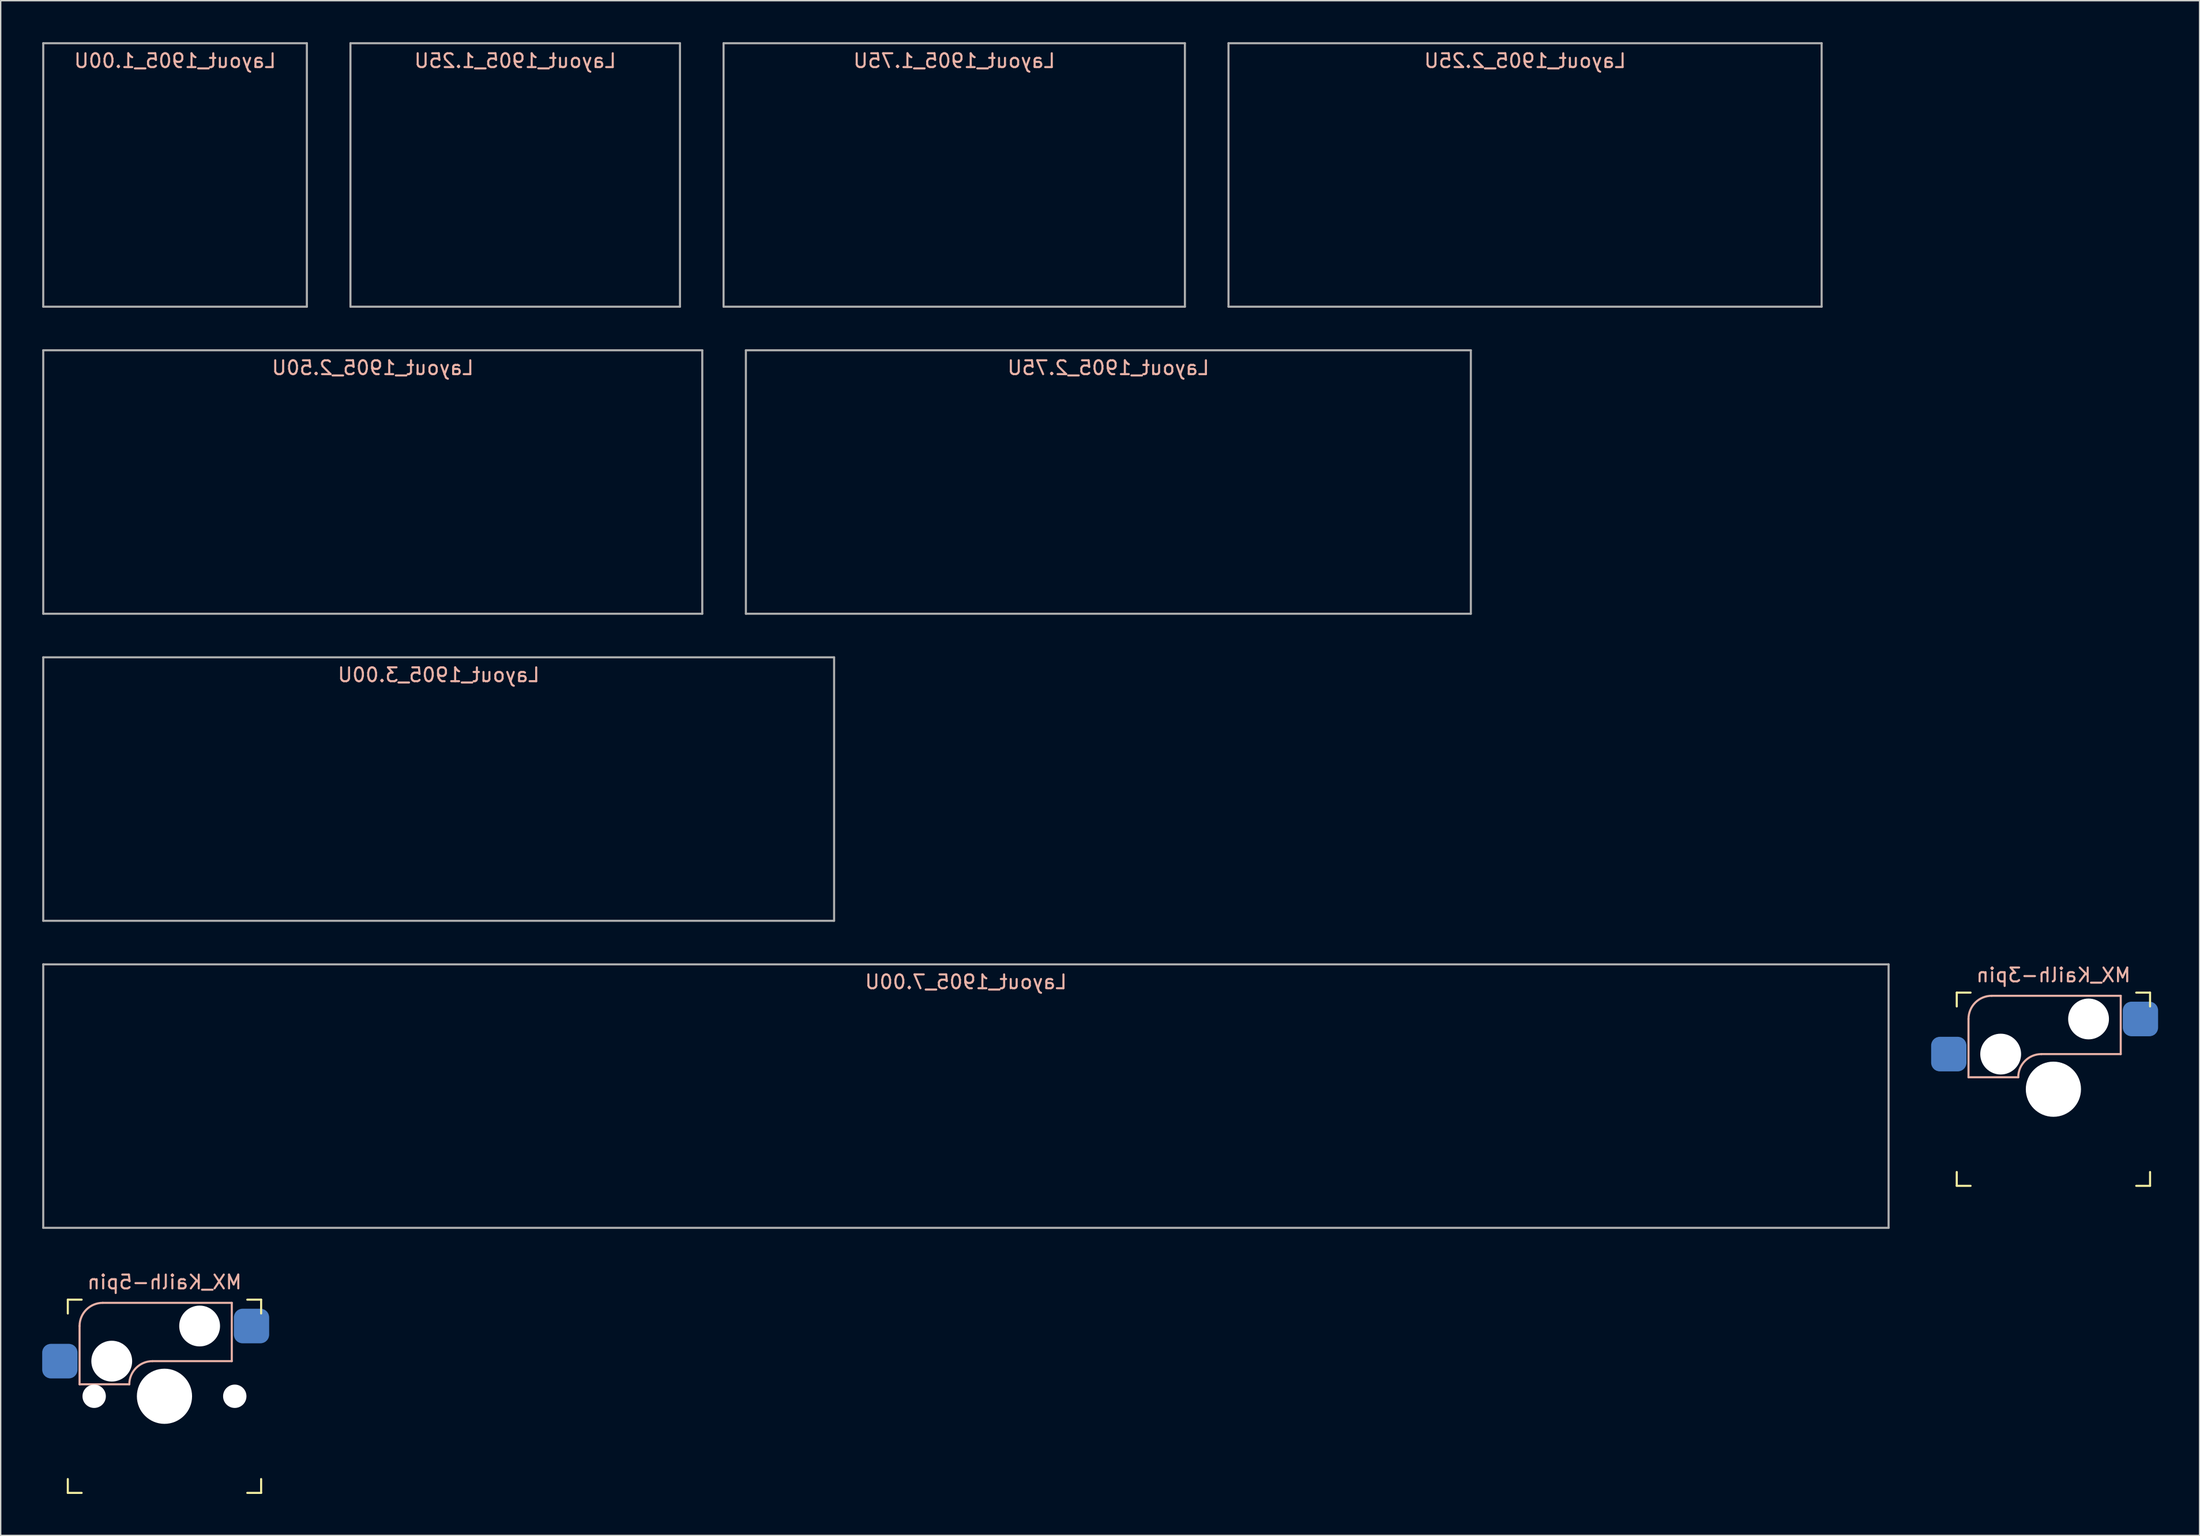
<source format=kicad_pcb>
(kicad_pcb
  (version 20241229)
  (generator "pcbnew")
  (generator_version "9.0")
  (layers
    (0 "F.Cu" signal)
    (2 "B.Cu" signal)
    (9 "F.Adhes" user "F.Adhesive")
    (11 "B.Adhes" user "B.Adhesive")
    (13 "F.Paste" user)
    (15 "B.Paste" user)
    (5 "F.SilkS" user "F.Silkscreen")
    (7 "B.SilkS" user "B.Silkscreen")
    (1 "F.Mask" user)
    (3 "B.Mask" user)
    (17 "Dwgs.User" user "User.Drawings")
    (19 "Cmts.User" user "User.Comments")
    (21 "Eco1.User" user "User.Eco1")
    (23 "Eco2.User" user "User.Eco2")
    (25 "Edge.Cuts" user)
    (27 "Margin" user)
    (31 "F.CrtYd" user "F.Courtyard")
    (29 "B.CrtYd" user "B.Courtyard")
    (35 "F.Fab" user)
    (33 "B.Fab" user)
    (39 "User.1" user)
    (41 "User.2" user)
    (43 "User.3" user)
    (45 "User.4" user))
  (footprint "MX_Kailh-5pin"
    (layer "F.Cu")
    (at 8.835 97.903)
    (property "Reference" "MX_Kailh-5pin" (at 0 -8.255 0) (layer "B.SilkS") (effects (font (size 1 1) (thickness 0.15)) (justify mirror)))
    (attr smd)
    (fp_line (start -6.985 -5.985) (end -6.985 -6.985) (stroke (width 0.15) (type solid)) (layer "F.SilkS"))
    (fp_line (start -6.985 6.985) (end -6.985 5.985) (stroke (width 0.15) (type solid)) (layer "F.SilkS"))
    (fp_line (start -6.985 6.985) (end -5.985 6.985) (stroke (width 0.15) (type solid)) (layer "F.SilkS"))
    (fp_line (start -5.985 -6.985) (end -6.985 -6.985) (stroke (width 0.15) (type solid)) (layer "F.SilkS"))
    (fp_line (start 5.985 6.985) (end 6.985 6.985) (stroke (width 0.15) (type solid)) (layer "F.SilkS"))
    (fp_line (start 6.985 -6.985) (end 5.985 -6.985) (stroke (width 0.15) (type solid)) (layer "F.SilkS"))
    (fp_line (start 6.985 -6.985) (end 6.985 -5.985) (stroke (width 0.15) (type solid)) (layer "F.SilkS"))
    (fp_line (start 6.985 5.985) (end 6.985 6.985) (stroke (width 0.15) (type solid)) (layer "F.SilkS"))
    (fp_line (start -6.135 -5.08) (end -6.135 -0.865) (stroke (width 0.15) (type solid)) (layer "B.SilkS"))
    (fp_line (start -6.135 -0.865) (end -2.54 -0.865) (stroke (width 0.15) (type solid)) (layer "B.SilkS"))
    (fp_line (start -4.46 -6.755) (end 4.865 -6.755) (stroke (width 0.15) (type solid)) (layer "B.SilkS"))
    (fp_line (start -0.865 -2.54) (end 4.865 -2.54) (stroke (width 0.15) (type solid)) (layer "B.SilkS"))
    (fp_line (start 4.865 -6.755) (end 4.865 -2.54) (stroke (width 0.15) (type solid)) (layer "B.SilkS"))
    (fp_arc (start -6.135 -5.08) (mid -5.644404 -6.264404) (end -4.46 -6.755) (stroke (width 0.15) (type solid)) (layer "B.SilkS"))
    (fp_arc (start -2.54 -0.865) (mid -2.049404 -2.049404) (end -0.865 -2.54) (stroke (width 0.15) (type solid)) (layer "B.SilkS"))
    (fp_line (start -6.985 6.985) (end -6.985 -6.985) (stroke (width 0.15) (type solid)) (layer "Eco2.User"))
    (fp_line (start -6.985 6.985) (end 6.985 6.985) (stroke (width 0.15) (type solid)) (layer "Eco2.User"))
    (fp_line (start 6.985 -6.985) (end -6.985 -6.985) (stroke (width 0.15) (type solid)) (layer "Eco2.User"))
    (fp_line (start 6.985 -6.985) (end 6.985 6.985) (stroke (width 0.15) (type solid)) (layer "Eco2.User"))
    (pad "" np_thru_hole circle (at -5.08 0) (size 1.688 1.688) (drill 1.688) (layers "*.Cu" "*.Mask"))
    (pad "" np_thru_hole circle (at -3.81 -2.54) (size 2.95 2.95) (drill 2.95) (layers "*.Cu" "*.Mask"))
    (pad "" np_thru_hole circle (at 0 0) (size 3.988 3.988) (drill 3.988) (layers "*.Cu" "*.Mask"))
    (pad "" np_thru_hole circle (at 2.54 -5.08) (size 2.95 2.95) (drill 2.95) (layers "*.Cu" "*.Mask"))
    (pad "" np_thru_hole circle (at 5.08 0) (size 1.688 1.688) (drill 1.688) (layers "*.Cu" "*.Mask"))
    (pad "1" smd roundrect (at 6.29 -5.08) (size 2.55 2.5) (layers "B.Cu" "B.Mask" "B.Paste") (roundrect_rratio 0.25))
    (pad "2" smd roundrect (at -7.56 -2.54) (size 2.55 2.5) (layers "B.Cu" "B.Mask" "B.Paste") (roundrect_rratio 0.25)))
  (footprint "Layout_1905_7.00U"
    (layer "F.Cu")
    (at 66.75 76.2)
    (property "Reference" "Layout_1905_7.00U" (at 0 -8.255 0) (layer "B.SilkS") (effects (font (size 1 1) (thickness 0.15)) (justify mirror)))
    (attr smd)
    (fp_line (start -66.675 -9.525) (end 66.675 -9.525) (stroke (width 0.15) (type solid)) (layer "F.Fab"))
    (fp_line (start -66.675 9.525) (end -66.675 -9.525) (stroke (width 0.15) (type solid)) (layer "F.Fab"))
    (fp_line (start 66.675 -9.525) (end 66.675 9.525) (stroke (width 0.15) (type solid)) (layer "F.Fab"))
    (fp_line (start 66.675 9.525) (end -66.675 9.525) (stroke (width 0.15) (type solid)) (layer "F.Fab")))
  (footprint "Layout_1905_1.00U"
    (layer "F.Cu")
    (at 9.6 9.6)
    (property "Reference" "Layout_1905_1.00U" (at 0 -8.255 0) (layer "B.SilkS") (effects (font (size 1 1) (thickness 0.15)) (justify mirror)))
    (attr smd)
    (fp_line (start -9.525 -9.525) (end 9.525 -9.525) (stroke (width 0.15) (type solid)) (layer "F.Fab"))
    (fp_line (start -9.525 9.525) (end -9.525 -9.525) (stroke (width 0.15) (type solid)) (layer "F.Fab"))
    (fp_line (start 9.525 -9.525) (end 9.525 9.525) (stroke (width 0.15) (type solid)) (layer "F.Fab"))
    (fp_line (start 9.525 9.525) (end -9.525 9.525) (stroke (width 0.15) (type solid)) (layer "F.Fab")))
  (footprint "Layout_1905_2.25U"
    (layer "F.Cu")
    (at 107.156 9.6)
    (property "Reference" "Layout_1905_2.25U" (at 0 -8.255 0) (layer "B.SilkS") (effects (font (size 1 1) (thickness 0.15)) (justify mirror)))
    (attr smd)
    (fp_line (start -21.431 -9.525) (end 21.431 -9.525) (stroke (width 0.15) (type solid)) (layer "F.Fab"))
    (fp_line (start -21.431 9.525) (end -21.431 -9.525) (stroke (width 0.15) (type solid)) (layer "F.Fab"))
    (fp_line (start 21.431 -9.525) (end 21.431 9.525) (stroke (width 0.15) (type solid)) (layer "F.Fab"))
    (fp_line (start 21.431 9.525) (end -21.431 9.525) (stroke (width 0.15) (type solid)) (layer "F.Fab")))
  (footprint "Layout_1905_1.25U"
    (layer "F.Cu")
    (at 34.181 9.6)
    (property "Reference" "Layout_1905_1.25U" (at 0 -8.255 0) (layer "B.SilkS") (effects (font (size 1 1) (thickness 0.15)) (justify mirror)))
    (attr smd)
    (fp_line (start -11.906 -9.525) (end 11.906 -9.525) (stroke (width 0.15) (type solid)) (layer "F.Fab"))
    (fp_line (start -11.906 9.525) (end -11.906 -9.525) (stroke (width 0.15) (type solid)) (layer "F.Fab"))
    (fp_line (start 11.906 -9.525) (end 11.906 9.525) (stroke (width 0.15) (type solid)) (layer "F.Fab"))
    (fp_line (start 11.906 9.525) (end -11.906 9.525) (stroke (width 0.15) (type solid)) (layer "F.Fab")))
  (footprint "MX_Kailh-3pin"
    (layer "F.Cu")
    (at 145.335 75.703)
    (property "Reference" "MX_Kailh-3pin" (at 0 -8.255 0) (layer "B.SilkS") (effects (font (size 1 1) (thickness 0.15)) (justify mirror)))
    (attr smd)
    (fp_line (start -6.985 -5.985) (end -6.985 -6.985) (stroke (width 0.15) (type solid)) (layer "F.SilkS"))
    (fp_line (start -6.985 6.985) (end -6.985 5.985) (stroke (width 0.15) (type solid)) (layer "F.SilkS"))
    (fp_line (start -6.985 6.985) (end -5.985 6.985) (stroke (width 0.15) (type solid)) (layer "F.SilkS"))
    (fp_line (start -5.985 -6.985) (end -6.985 -6.985) (stroke (width 0.15) (type solid)) (layer "F.SilkS"))
    (fp_line (start 5.985 6.985) (end 6.985 6.985) (stroke (width 0.15) (type solid)) (layer "F.SilkS"))
    (fp_line (start 6.985 -6.985) (end 5.985 -6.985) (stroke (width 0.15) (type solid)) (layer "F.SilkS"))
    (fp_line (start 6.985 -6.985) (end 6.985 -5.985) (stroke (width 0.15) (type solid)) (layer "F.SilkS"))
    (fp_line (start 6.985 5.985) (end 6.985 6.985) (stroke (width 0.15) (type solid)) (layer "F.SilkS"))
    (fp_line (start -6.135 -5.08) (end -6.135 -0.865) (stroke (width 0.15) (type solid)) (layer "B.SilkS"))
    (fp_line (start -6.135 -0.865) (end -2.54 -0.865) (stroke (width 0.15) (type solid)) (layer "B.SilkS"))
    (fp_line (start -4.46 -6.755) (end 4.865 -6.755) (stroke (width 0.15) (type solid)) (layer "B.SilkS"))
    (fp_line (start -0.865 -2.54) (end 4.865 -2.54) (stroke (width 0.15) (type solid)) (layer "B.SilkS"))
    (fp_line (start 4.865 -6.755) (end 4.865 -2.54) (stroke (width 0.15) (type solid)) (layer "B.SilkS"))
    (fp_arc (start -6.135 -5.08) (mid -5.644404 -6.264404) (end -4.46 -6.755) (stroke (width 0.15) (type solid)) (layer "B.SilkS"))
    (fp_arc (start -2.54 -0.865) (mid -2.049404 -2.049404) (end -0.865 -2.54) (stroke (width 0.15) (type solid)) (layer "B.SilkS"))
    (fp_line (start -6.985 6.985) (end -6.985 -6.985) (stroke (width 0.15) (type solid)) (layer "Eco2.User"))
    (fp_line (start -6.985 6.985) (end 6.985 6.985) (stroke (width 0.15) (type solid)) (layer "Eco2.User"))
    (fp_line (start 6.985 -6.985) (end -6.985 -6.985) (stroke (width 0.15) (type solid)) (layer "Eco2.User"))
    (fp_line (start 6.985 -6.985) (end 6.985 6.985) (stroke (width 0.15) (type solid)) (layer "Eco2.User"))
    (pad "" np_thru_hole circle (at -3.81 -2.54) (size 2.95 2.95) (drill 2.95) (layers "*.Cu" "*.Mask"))
    (pad "" np_thru_hole circle (at 0 0) (size 3.988 3.988) (drill 3.988) (layers "*.Cu" "*.Mask"))
    (pad "" np_thru_hole circle (at 2.54 -5.08) (size 2.95 2.95) (drill 2.95) (layers "*.Cu" "*.Mask"))
    (pad "1" smd roundrect (at 6.29 -5.08) (size 2.55 2.5) (layers "B.Cu" "B.Mask" "B.Paste") (roundrect_rratio 0.25))
    (pad "2" smd roundrect (at -7.56 -2.54) (size 2.55 2.5) (layers "B.Cu" "B.Mask" "B.Paste") (roundrect_rratio 0.25)))
  (footprint "Layout_1905_2.75U"
    (layer "F.Cu")
    (at 77.044 31.8)
    (property "Reference" "Layout_1905_2.75U" (at 0 -8.255 0) (layer "B.SilkS") (effects (font (size 1 1) (thickness 0.15)) (justify mirror)))
    (attr smd)
    (fp_line (start -26.194 -9.525) (end 26.194 -9.525) (stroke (width 0.15) (type solid)) (layer "F.Fab"))
    (fp_line (start -26.194 9.525) (end -26.194 -9.525) (stroke (width 0.15) (type solid)) (layer "F.Fab"))
    (fp_line (start 26.194 -9.525) (end 26.194 9.525) (stroke (width 0.15) (type solid)) (layer "F.Fab"))
    (fp_line (start 26.194 9.525) (end -26.194 9.525) (stroke (width 0.15) (type solid)) (layer "F.Fab")))
  (footprint "Layout_1905_3.00U"
    (layer "F.Cu")
    (at 28.65 54)
    (property "Reference" "Layout_1905_3.00U" (at 0 -8.255 0) (layer "B.SilkS") (effects (font (size 1 1) (thickness 0.15)) (justify mirror)))
    (attr smd)
    (fp_line (start -28.575 -9.525) (end 28.575 -9.525) (stroke (width 0.15) (type solid)) (layer "F.Fab"))
    (fp_line (start -28.575 9.525) (end -28.575 -9.525) (stroke (width 0.15) (type solid)) (layer "F.Fab"))
    (fp_line (start 28.575 -9.525) (end 28.575 9.525) (stroke (width 0.15) (type solid)) (layer "F.Fab"))
    (fp_line (start 28.575 9.525) (end -28.575 9.525) (stroke (width 0.15) (type solid)) (layer "F.Fab")))
  (footprint "Layout_1905_1.75U"
    (layer "F.Cu")
    (at 65.906 9.6)
    (property "Reference" "Layout_1905_1.75U" (at 0 -8.255 0) (layer "B.SilkS") (effects (font (size 1 1) (thickness 0.15)) (justify mirror)))
    (attr smd)
    (fp_line (start -16.669 -9.525) (end 16.669 -9.525) (stroke (width 0.15) (type solid)) (layer "F.Fab"))
    (fp_line (start -16.669 9.525) (end -16.669 -9.525) (stroke (width 0.15) (type solid)) (layer "F.Fab"))
    (fp_line (start 16.669 -9.525) (end 16.669 9.525) (stroke (width 0.15) (type solid)) (layer "F.Fab"))
    (fp_line (start 16.669 9.525) (end -16.669 9.525) (stroke (width 0.15) (type solid)) (layer "F.Fab")))
  (footprint "Layout_1905_2.50U"
    (layer "F.Cu")
    (at 23.887 31.8)
    (property "Reference" "Layout_1905_2.50U" (at 0 -8.255 0) (layer "B.SilkS") (effects (font (size 1 1) (thickness 0.15)) (justify mirror)))
    (attr smd)
    (fp_line (start -23.812 -9.525) (end 23.812 -9.525) (stroke (width 0.15) (type solid)) (layer "F.Fab"))
    (fp_line (start -23.812 9.525) (end -23.812 -9.525) (stroke (width 0.15) (type solid)) (layer "F.Fab"))
    (fp_line (start 23.812 -9.525) (end 23.812 9.525) (stroke (width 0.15) (type solid)) (layer "F.Fab"))
    (fp_line (start 23.812 9.525) (end -23.812 9.525) (stroke (width 0.15) (type solid)) (layer "F.Fab")))
  (gr_rect
    (start -3 -3)
    (end 155.9 107.963)
    (stroke (width 0.1) (type default))
    (fill no)
    (layer "Edge.Cuts")))
</source>
